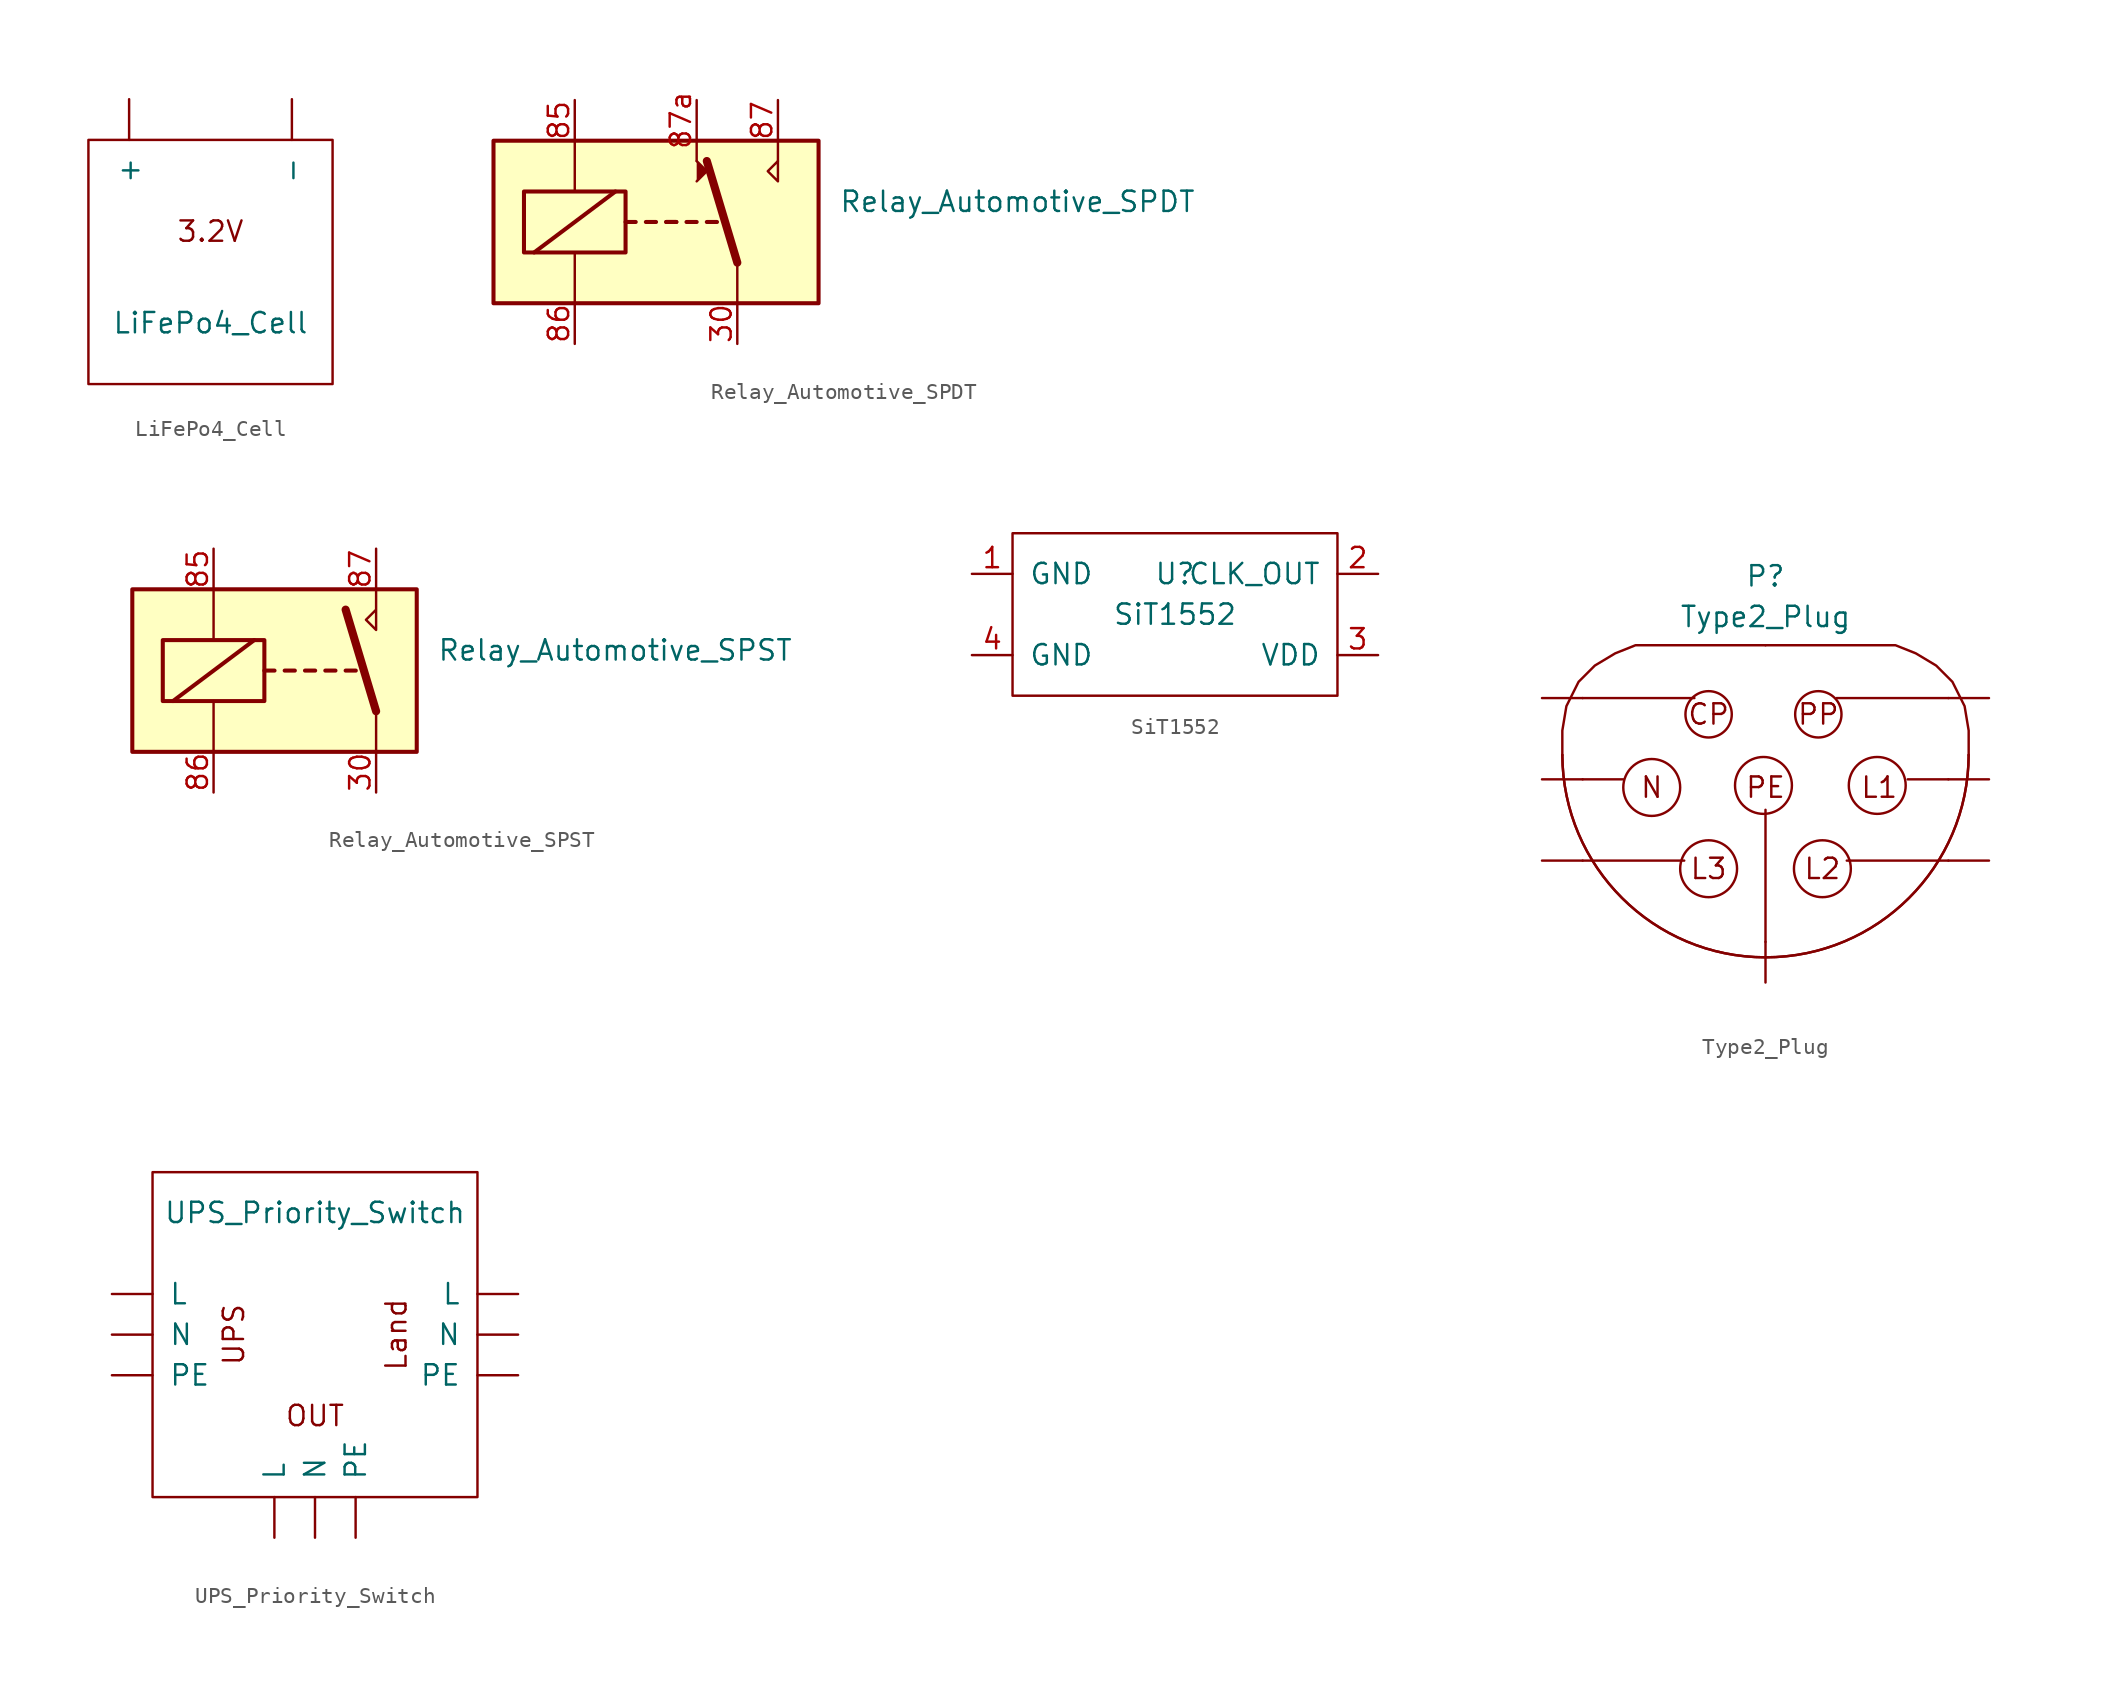
<source format=kicad_sym>
(kicad_symbol_lib
  (version 20211014)
  (generator kicad_symbol_editor)
  (symbol "LiFePo4_Cell"
    (pin_names
      (offset 1.016))
    (property "Reference" "U"
      (at 0 10.16 0)
      (effects (font (size 1.27 1.27)) hide))
    (property "Value" "LiFePo4_Cell"
      (at 0 1.27 0)
      (effects (font (size 1.27 1.27))))
    (symbol "LiFePo4_Cell_0_0"
      (text "3.2V" (at 0 6.985 0) (effects (font (size 1.27 1.27)))))
    (symbol "LiFePo4_Cell_0_1"
      (rectangle (start -7.62 12.7) (end 7.62 -2.54) (stroke (width 0) (type default) (color 0 0 0 0)) (fill (type none))))
    (symbol "LiFePo4_Cell_1_1"
      (pin output line (at -5.08 15.24 270) (length 2.54) (name "+" (effects (font (size 1.27 1.27)))) (number "~" (effects (font (size 1.27 1.27)))))
      (pin output line (at 5.08 15.24 270) (length 2.54) (name "-" (effects (font (size 1.27 1.27)))) (number "~" (effects (font (size 1.27 1.27)))))))
  (symbol "Relay_Automotive_SPDT"
    (property "Reference" "K"
      (at 11.43 3.81 0)
      (effects (font (size 1.27 1.27)) (justify left) hide))
    (property "Value" "Relay_Automotive_SPDT"
      (at 11.43 1.27 0)
      (effects (font (size 1.27 1.27)) (justify left)))
    (symbol "Relay_Automotive_SPDT_0_0"
      (polyline (pts (xy 2.54 3.81) (xy 2.54 5.08)) (stroke (width 0) (type default) (color 0 0 0 0)) (fill (type none)))
      (polyline (pts (xy 7.62 3.81) (xy 7.62 5.08)) (stroke (width 0) (type default) (color 0 0 0 0)) (fill (type none)))
      (polyline (pts (xy 7.62 3.81) (xy 7.62 2.54) (xy 6.985 3.175) (xy 7.62 3.81)) (stroke (width 0) (type default) (color 0 0 0 0)) (fill (type none))))
    (symbol "Relay_Automotive_SPDT_0_1"
      (rectangle (start -10.16 5.08) (end 10.16 -5.08) (stroke (width 0.254) (type default) (color 0 0 0 0)) (fill (type background)))
      (rectangle (start -8.255 1.905) (end -1.905 -1.905) (stroke (width 0.254) (type default) (color 0 0 0 0)) (fill (type none)))
      (polyline (pts (xy -7.62 -1.905) (xy -2.54 1.905)) (stroke (width 0.254) (type default) (color 0 0 0 0)) (fill (type none)))
      (polyline (pts (xy -5.08 -5.08) (xy -5.08 -1.905)) (stroke (width 0) (type default) (color 0 0 0 0)) (fill (type none)))
      (polyline (pts (xy -5.08 5.08) (xy -5.08 1.905)) (stroke (width 0) (type default) (color 0 0 0 0)) (fill (type none)))
      (polyline (pts (xy -1.905 0) (xy -1.27 0)) (stroke (width 0.254) (type default) (color 0 0 0 0)) (fill (type none)))
      (polyline (pts (xy -0.635 0) (xy 0 0)) (stroke (width 0.254) (type default) (color 0 0 0 0)) (fill (type none)))
      (polyline (pts (xy 0.635 0) (xy 1.27 0)) (stroke (width 0.254) (type default) (color 0 0 0 0)) (fill (type none)))
      (polyline (pts (xy 0.635 0) (xy 1.27 0)) (stroke (width 0.254) (type default) (color 0 0 0 0)) (fill (type none)))
      (polyline (pts (xy 1.905 0) (xy 2.54 0)) (stroke (width 0.254) (type default) (color 0 0 0 0)) (fill (type none)))
      (polyline (pts (xy 3.175 0) (xy 3.81 0)) (stroke (width 0.254) (type default) (color 0 0 0 0)) (fill (type none)))
      (polyline (pts (xy 5.08 -2.54) (xy 3.175 3.81)) (stroke (width 0.508) (type default) (color 0 0 0 0)) (fill (type none)))
      (polyline (pts (xy 5.08 -2.54) (xy 5.08 -5.08)) (stroke (width 0) (type default) (color 0 0 0 0)) (fill (type none)))
      (polyline (pts (xy 2.54 2.54) (xy 3.175 3.175) (xy 2.54 3.81)) (stroke (width 0) (type default) (color 0 0 0 0)) (fill (type outline))))
    (symbol "Relay_Automotive_SPDT_1_1"
      (pin passive line (at 5.08 -7.62 90) (length 2.54) (name "~" (effects (font (size 1.27 1.27)))) (number "30" (effects (font (size 1.27 1.27)))))
      (pin passive line (at -5.08 7.62 270) (length 2.54) (name "~" (effects (font (size 1.27 1.27)))) (number "85" (effects (font (size 1.27 1.27)))))
      (pin passive line (at -5.08 -7.62 90) (length 2.54) (name "~" (effects (font (size 1.27 1.27)))) (number "86" (effects (font (size 1.27 1.27)))))
      (pin passive line (at 7.62 7.62 270) (length 2.54) (name "~" (effects (font (size 1.27 1.27)))) (number "87" (effects (font (size 1.27 1.27)))))
      (pin passive line (at 2.54 7.62 270) (length 2.54) (name "~" (effects (font (size 1.27 1.27)))) (number "87a" (effects (font (size 1.27 1.27)))))))
  (symbol "Relay_Automotive_SPST"
    (property "Reference" "K"
      (at 8.89 3.81 0)
      (effects (font (size 1.27 1.27)) (justify left) hide))
    (property "Value" "Relay_Automotive_SPST"
      (at 8.89 1.27 0)
      (effects (font (size 1.27 1.27)) (justify left)))
    (symbol "Relay_Automotive_SPST_0_0"
      (polyline (pts (xy 5.08 5.08) (xy 5.08 2.54) (xy 4.445 3.175) (xy 5.08 3.81)) (stroke (width 0) (type default) (color 0 0 0 0)) (fill (type none))))
    (symbol "Relay_Automotive_SPST_0_1"
      (rectangle (start -10.16 5.08) (end 7.62 -5.08) (stroke (width 0.254) (type default) (color 0 0 0 0)) (fill (type background)))
      (rectangle (start -8.255 1.905) (end -1.905 -1.905) (stroke (width 0.254) (type default) (color 0 0 0 0)) (fill (type none)))
      (polyline (pts (xy -7.62 -1.905) (xy -2.54 1.905)) (stroke (width 0.254) (type default) (color 0 0 0 0)) (fill (type none)))
      (polyline (pts (xy -5.08 -5.08) (xy -5.08 -1.905)) (stroke (width 0) (type default) (color 0 0 0 0)) (fill (type none)))
      (polyline (pts (xy -5.08 5.08) (xy -5.08 1.905)) (stroke (width 0) (type default) (color 0 0 0 0)) (fill (type none)))
      (polyline (pts (xy -1.905 0) (xy -1.27 0)) (stroke (width 0.254) (type default) (color 0 0 0 0)) (fill (type none)))
      (polyline (pts (xy -0.635 0) (xy 0 0)) (stroke (width 0.254) (type default) (color 0 0 0 0)) (fill (type none)))
      (polyline (pts (xy 0.635 0) (xy 1.27 0)) (stroke (width 0.254) (type default) (color 0 0 0 0)) (fill (type none)))
      (polyline (pts (xy 1.905 0) (xy 2.54 0)) (stroke (width 0.254) (type default) (color 0 0 0 0)) (fill (type none)))
      (polyline (pts (xy 3.175 0) (xy 3.81 0)) (stroke (width 0.254) (type default) (color 0 0 0 0)) (fill (type none)))
      (polyline (pts (xy 5.08 -2.54) (xy 3.175 3.81)) (stroke (width 0.508) (type default) (color 0 0 0 0)) (fill (type none)))
      (polyline (pts (xy 5.08 -2.54) (xy 5.08 -5.08)) (stroke (width 0) (type default) (color 0 0 0 0)) (fill (type none))))
    (symbol "Relay_Automotive_SPST_1_1"
      (pin passive line (at 5.08 -7.62 90) (length 2.54) (name "~" (effects (font (size 1.27 1.27)))) (number "30" (effects (font (size 1.27 1.27)))))
      (pin passive line (at -5.08 7.62 270) (length 2.54) (name "~" (effects (font (size 1.27 1.27)))) (number "85" (effects (font (size 1.27 1.27)))))
      (pin passive line (at -5.08 -7.62 90) (length 2.54) (name "~" (effects (font (size 1.27 1.27)))) (number "86" (effects (font (size 1.27 1.27)))))
      (pin passive line (at 5.08 7.62 270) (length 2.54) (name "~" (effects (font (size 1.27 1.27)))) (number "87" (effects (font (size 1.27 1.27)))))))
  (symbol "SiT1552"
    (pin_names
      (offset 1.016))
    (property "Reference" "U"
      (at 0 2.54 0)
      (effects (font (size 1.27 1.27))))
    (property "Value" "SiT1552"
      (at 0 0 0)
      (effects (font (size 1.27 1.27))))
    (symbol "SiT1552_0_1"
      (rectangle (start -10.16 5.08) (end 10.16 -5.08) (stroke (width 0) (type default) (color 0 0 0 0)) (fill (type none))))
    (symbol "SiT1552_1_1"
      (pin power_in line (at -12.7 2.54 0) (length 2.54) (name "GND" (effects (font (size 1.27 1.27)))) (number "1" (effects (font (size 1.27 1.27)))))
      (pin output line (at 12.7 2.54 180) (length 2.54) (name "CLK_OUT" (effects (font (size 1.27 1.27)))) (number "2" (effects (font (size 1.27 1.27)))))
      (pin power_in line (at 12.7 -2.54 180) (length 2.54) (name "VDD" (effects (font (size 1.27 1.27)))) (number "3" (effects (font (size 1.27 1.27)))))
      (pin power_in line (at -12.7 -2.54 0) (length 2.54) (name "GND" (effects (font (size 1.27 1.27)))) (number "4" (effects (font (size 1.27 1.27)))))))
  (symbol "Type2_Plug"
    (pin_names
      (offset 1.016))
    (property "Reference" "P"
      (at 0 20.32 0)
      (effects (font (size 1.27 1.27))))
    (property "Value" "Type2_Plug"
      (at 0 17.78 0)
      (effects (font (size 1.27 1.27))))
    (symbol "Type2_Plug_0_0"
      (polyline (pts (xy -11.43 2.54) (xy -5.08 2.54)) (stroke (width 0) (type default) (color 0 0 0 0)) (fill (type none)))
      (polyline (pts (xy -11.43 7.62) (xy -8.89 7.62)) (stroke (width 0) (type default) (color 0 0 0 0)) (fill (type none)))
      (polyline (pts (xy 0 -2.54) (xy 0 5.715)) (stroke (width 0) (type default) (color 0 0 0 0)) (fill (type none)))
      (polyline (pts (xy 11.43 2.54) (xy 5.08 2.54)) (stroke (width 0) (type default) (color 0 0 0 0)) (fill (type none)))
      (polyline (pts (xy 11.43 7.62) (xy 8.89 7.62)) (stroke (width 0) (type default) (color 0 0 0 0)) (fill (type none)))
      (polyline (pts (xy 11.43 12.7) (xy 4.445 12.7)) (stroke (width 0) (type default) (color 0 0 0 0)) (fill (type none)))
      (polyline (pts (xy -11.43 12.7) (xy -5.08 12.7) (xy -4.445 12.7)) (stroke (width 0) (type default) (color 0 0 0 0)) (fill (type none)))
      (circle (center 3.302 11.684) (radius 1.448) (stroke (width 0) (type default) (color 0 0 0 0)) (fill (type none)))
      (text "CP" (at -3.556 11.684 0) (effects (font (size 1.27 1.27))))
      (text "L1" (at 7.112 7.112 0) (effects (font (size 1.27 1.27))))
      (text "L2" (at 3.556 2.032 0) (effects (font (size 1.27 1.27))))
      (text "L3" (at -3.556 2.032 0) (effects (font (size 1.27 1.27))))
      (text "N" (at -7.112 7.112 0) (effects (font (size 1.27 1.27))))
      (text "PE" (at 0 7.112 0) (effects (font (size 1.27 1.27))))
      (text "PP" (at 3.302 11.684 0) (effects (font (size 1.27 1.27)))))
    (symbol "Type2_Plug_0_1"
      (arc (start -12.7 9.144) (mid 0 -3.556) (end 12.7 9.144) (stroke (width 0) (type default) (color 0 0 0 0)) (fill (type none)))
      (circle (center -3.556 2.032) (radius 1.778) (stroke (width 0) (type default) (color 0 0 0 0)) (fill (type none)))
      (polyline (pts (xy -12.7 9.144) (xy -12.7 10.668) (xy -12.446 12.192) (xy -11.684 13.716) (xy -10.668 14.732) (xy -9.398 15.494) (xy -8.128 16.002) (xy 0 16.002)) (stroke (width 0) (type default) (color 0 0 0 0)) (fill (type none))))
    (symbol "Type2_Plug_1_1"
      (arc (start -12.7 9.144) (mid 0 -3.556) (end 12.7 9.144) (stroke (width 0) (type default) (color 0 0 0 0)) (fill (type none)))
      (circle (center -7.112 7.112) (radius 1.778) (stroke (width 0) (type default) (color 0 0 0 0)) (fill (type none)))
      (circle (center -3.556 11.684) (radius 1.448) (stroke (width 0) (type default) (color 0 0 0 0)) (fill (type none)))
      (circle (center -0.127 7.239) (radius 1.778) (stroke (width 0) (type default) (color 0 0 0 0)) (fill (type none)))
      (polyline (pts (xy 12.7 9.144) (xy 12.7 10.668) (xy 12.446 12.192) (xy 11.684 13.716) (xy 10.668 14.732) (xy 9.398 15.494) (xy 8.128 16.002) (xy 0 16.002)) (stroke (width 0) (type default) (color 0 0 0 0)) (fill (type none)))
      (circle (center 3.556 2.032) (radius 1.778) (stroke (width 0) (type default) (color 0 0 0 0)) (fill (type none)))
      (circle (center 6.985 7.239) (radius 1.778) (stroke (width 0) (type default) (color 0 0 0 0)) (fill (type none)))
      (pin input line (at -13.97 2.54 0) (length 2.54) (name "~" (effects (font (size 1.27 1.27)))) (number "~" (effects (font (size 1.27 1.27)))))
      (pin input line (at -13.97 7.62 0) (length 2.54) (name "~" (effects (font (size 1.27 1.27)))) (number "~" (effects (font (size 1.27 1.27)))))
      (pin input line (at -13.97 12.7 0) (length 2.54) (name "~" (effects (font (size 1.27 1.27)))) (number "~" (effects (font (size 1.27 1.27)))))
      (pin input line (at 0 -5.08 90) (length 2.54) (name "~" (effects (font (size 1.27 1.27)))) (number "~" (effects (font (size 1.27 1.27)))))
      (pin input line (at 13.97 2.54 180) (length 2.54) (name "~" (effects (font (size 1.27 1.27)))) (number "~" (effects (font (size 1.27 1.27)))))
      (pin input line (at 13.97 7.62 180) (length 2.54) (name "~" (effects (font (size 1.27 1.27)))) (number "~" (effects (font (size 1.27 1.27)))))
      (pin input line (at 13.97 12.7 180) (length 2.54) (name "~" (effects (font (size 1.27 1.27)))) (number "~" (effects (font (size 1.27 1.27)))))))
  (symbol "UPS_Priority_Switch"
    (pin_names
      (offset 1.016))
    (property "Reference" "U"
      (at 0 4.445 0)
      (effects (font (size 1.27 1.27)) hide))
    (property "Value" "UPS_Priority_Switch"
      (at 0 7.62 0)
      (effects (font (size 1.27 1.27))))
    (symbol "UPS_Priority_Switch_0_0"
      (text "Land" (at 5.08 0 900) (effects (font (size 1.27 1.27))))
      (text "OUT" (at 0 -5.08 0) (effects (font (size 1.27 1.27))))
      (text "UPS" (at -5.08 0 900) (effects (font (size 1.27 1.27)))))
    (symbol "UPS_Priority_Switch_0_1"
      (rectangle (start -10.16 10.16) (end 10.16 -10.16) (stroke (width 0) (type default) (color 0 0 0 0)) (fill (type none))))
    (symbol "UPS_Priority_Switch_1_1"
      (pin input line (at -12.7 2.54 0) (length 2.54) (name "L" (effects (font (size 1.27 1.27)))) (number "~" (effects (font (size 1.27 1.27)))))
      (pin output line (at -2.54 -12.7 90) (length 2.54) (name "L" (effects (font (size 1.27 1.27)))) (number "~" (effects (font (size 1.27 1.27)))))
      (pin input line (at 12.7 2.54 180) (length 2.54) (name "L" (effects (font (size 1.27 1.27)))) (number "~" (effects (font (size 1.27 1.27)))))
      (pin input line (at -12.7 0 0) (length 2.54) (name "N" (effects (font (size 1.27 1.27)))) (number "~" (effects (font (size 1.27 1.27)))))
      (pin output line (at 0 -12.7 90) (length 2.54) (name "N" (effects (font (size 1.27 1.27)))) (number "~" (effects (font (size 1.27 1.27)))))
      (pin input line (at 12.7 0 180) (length 2.54) (name "N" (effects (font (size 1.27 1.27)))) (number "~" (effects (font (size 1.27 1.27)))))
      (pin input line (at -12.7 -2.54 0) (length 2.54) (name "PE" (effects (font (size 1.27 1.27)))) (number "~" (effects (font (size 1.27 1.27)))))
      (pin output line (at 2.54 -12.7 90) (length 2.54) (name "PE" (effects (font (size 1.27 1.27)))) (number "~" (effects (font (size 1.27 1.27)))))
      (pin input line (at 12.7 -2.54 180) (length 2.54) (name "PE" (effects (font (size 1.27 1.27)))) (number "~" (effects (font (size 1.27 1.27))))))))
</source>
